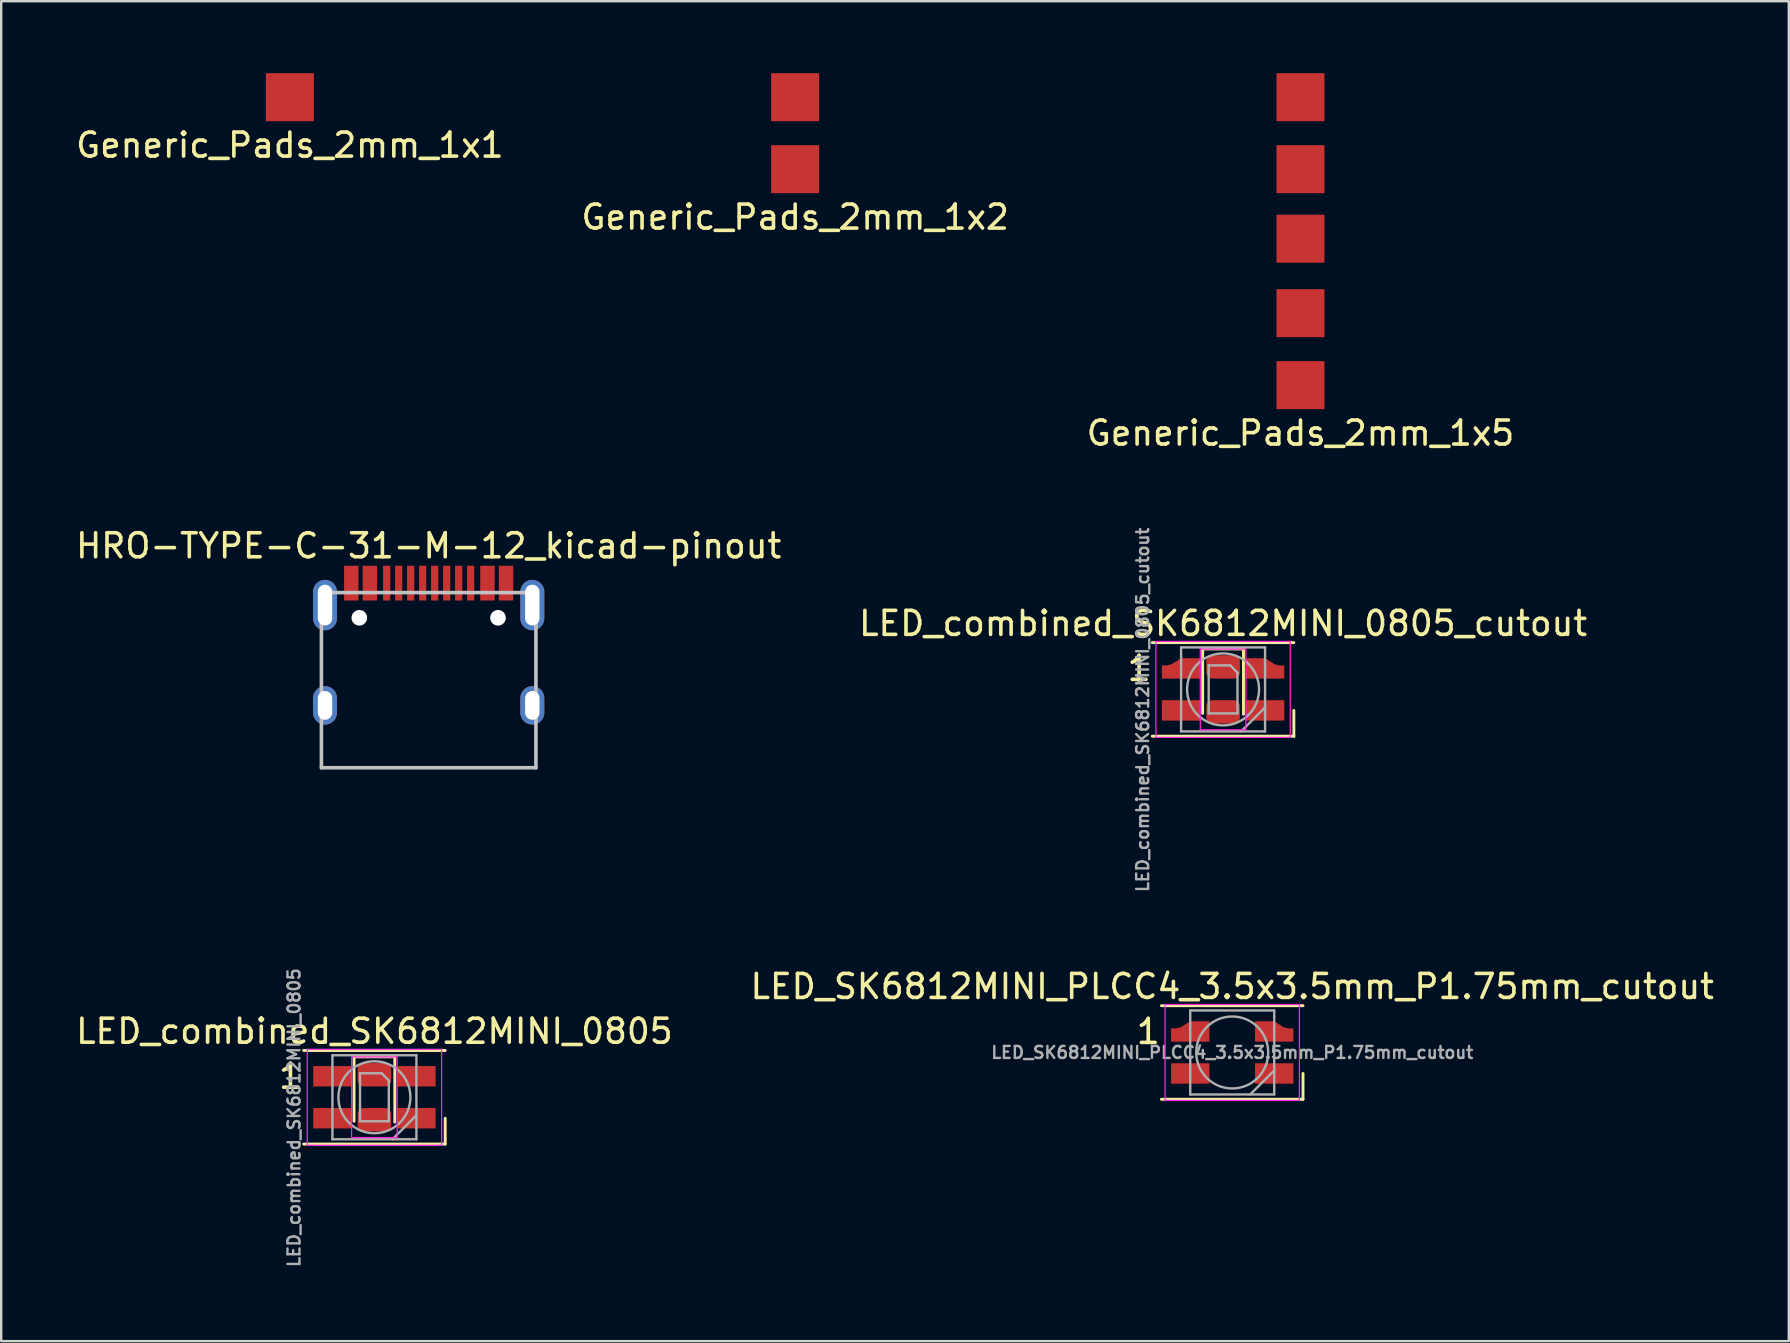
<source format=kicad_pcb>
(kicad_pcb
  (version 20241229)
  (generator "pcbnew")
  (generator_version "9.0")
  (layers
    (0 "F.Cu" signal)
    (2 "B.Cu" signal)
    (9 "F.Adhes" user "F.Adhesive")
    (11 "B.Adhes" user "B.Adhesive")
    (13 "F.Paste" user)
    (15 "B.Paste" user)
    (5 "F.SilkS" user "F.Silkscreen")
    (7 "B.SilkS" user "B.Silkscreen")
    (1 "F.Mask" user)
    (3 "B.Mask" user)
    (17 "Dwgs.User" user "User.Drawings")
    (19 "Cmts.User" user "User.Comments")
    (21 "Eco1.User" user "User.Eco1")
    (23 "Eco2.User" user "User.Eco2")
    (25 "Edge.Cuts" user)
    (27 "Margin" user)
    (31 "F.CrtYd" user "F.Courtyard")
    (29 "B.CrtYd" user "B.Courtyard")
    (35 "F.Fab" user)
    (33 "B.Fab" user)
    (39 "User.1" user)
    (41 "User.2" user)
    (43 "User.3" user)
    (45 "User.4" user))
  (footprint "HRO-TYPE-C-31-M-12_kicad-pinout"
    (layer "F.Cu")
    (at 14.815 28.947)
    (property "Reference" "HRO-TYPE-C-31-M-12_kicad-pinout" (at 0 -9.25 0) (layer "F.SilkS") (effects (font (size 1 1) (thickness 0.15))))
    (attr smd)
    (fp_line (start -4.47 -7.3) (end 4.47 -7.3) (stroke (width 0.15) (type solid)) (layer "Dwgs.User"))
    (fp_line (start -4.47 0) (end -4.47 -7.3) (stroke (width 0.15) (type solid)) (layer "Dwgs.User"))
    (fp_line (start -4.47 0) (end 4.47 0) (stroke (width 0.15) (type solid)) (layer "Dwgs.User"))
    (fp_line (start 4.47 0) (end 4.47 -7.3) (stroke (width 0.15) (type solid)) (layer "Dwgs.User"))
    (pad "" np_thru_hole circle (at -2.89 -6.25) (size 0.65 0.65) (drill 0.65) (layers "*.Cu" "*.Mask"))
    (pad "" np_thru_hole circle (at 2.89 -6.25) (size 0.65 0.65) (drill 0.65) (layers "*.Cu" "*.Mask"))
    (pad "A1" smd rect (at 3.225 -7.695) (size 0.6 1.45) (layers "F.Cu" "F.Mask" "F.Paste"))
    (pad "A4" smd rect (at 2.45 -7.695) (size 0.6 1.45) (layers "F.Cu" "F.Mask" "F.Paste"))
    (pad "A5" smd rect (at 1.25 -7.695) (size 0.3 1.45) (layers "F.Cu" "F.Mask" "F.Paste"))
    (pad "A6" smd rect (at 0.25 -7.695) (size 0.3 1.45) (layers "F.Cu" "F.Mask" "F.Paste"))
    (pad "A7" smd rect (at -0.25 -7.695) (size 0.3 1.45) (layers "F.Cu" "F.Mask" "F.Paste"))
    (pad "A8" smd rect (at -1.25 -7.695) (size 0.3 1.45) (layers "F.Cu" "F.Mask" "F.Paste"))
    (pad "A9" smd rect (at -2.45 -7.695) (size 0.6 1.45) (layers "F.Cu" "F.Mask" "F.Paste"))
    (pad "A12" smd rect (at -3.225 -7.695) (size 0.6 1.45) (layers "F.Cu" "F.Mask" "F.Paste"))
    (pad "B5" smd rect (at -1.75 -7.695) (size 0.3 1.45) (layers "F.Cu" "F.Mask" "F.Paste"))
    (pad "B6" smd rect (at -0.75 -7.695) (size 0.3 1.45) (layers "F.Cu" "F.Mask" "F.Paste"))
    (pad "B7" smd rect (at 0.75 -7.695) (size 0.3 1.45) (layers "F.Cu" "F.Mask" "F.Paste"))
    (pad "B8" smd rect (at 1.75 -7.695) (size 0.3 1.45) (layers "F.Cu" "F.Mask" "F.Paste"))
    (pad "S1" thru_hole oval (at -4.32 -6.78) (size 1 2.1) (drill oval 0.6 1.7) (layers "*.Cu" "B.Mask"))
    (pad "S1" thru_hole oval (at -4.32 -2.6) (size 1 1.6) (drill oval 0.6 1.2) (layers "*.Cu" "B.Mask"))
    (pad "S1" thru_hole oval (at 4.32 -6.78) (size 1 2.1) (drill oval 0.6 1.7) (layers "*.Cu" "B.Mask"))
    (pad "S1" thru_hole oval (at 4.32 -2.6) (size 1 1.6) (drill oval 0.6 1.2) (layers "*.Cu" "B.Mask")))
  (footprint "LED_combined_SK6812MINI_0805"
    (layer "F.Cu")
    (at 12.554 42.679)
    (property "Reference" "LED_combined_SK6812MINI_0805" (at 0 -2.75 0) (layer "F.SilkS") (effects (font (size 1 1) (thickness 0.15))))
    (attr smd)
    (fp_line (start -2.95 -1.95) (end 2.95 -1.95) (stroke (width 0.12) (type solid)) (layer "F.SilkS"))
    (fp_line (start -2.95 1.95) (end 2.95 1.95) (stroke (width 0.12) (type solid)) (layer "F.SilkS"))
    (fp_line (start -0.85 -1.685) (end -0.85 1) (stroke (width 0.12) (type solid)) (layer "F.SilkS"))
    (fp_line (start 0.85 -1.685) (end -0.85 -1.685) (stroke (width 0.12) (type solid)) (layer "F.SilkS"))
    (fp_line (start 0.85 1.035) (end 0.85 -1.65) (stroke (width 0.12) (type solid)) (layer "F.SilkS"))
    (fp_line (start 2.95 1.95) (end 2.95 0.875) (stroke (width 0.12) (type solid)) (layer "F.SilkS"))
    (fp_line (start -2.8 -2) (end -2.8 2) (stroke (width 0.05) (type solid)) (layer "F.CrtYd"))
    (fp_line (start -2.8 2) (end 2.8 2) (stroke (width 0.05) (type solid)) (layer "F.CrtYd"))
    (fp_line (start -0.95 -1.68) (end 0.95 -1.68) (stroke (width 0.05) (type solid)) (layer "F.CrtYd"))
    (fp_line (start -0.95 1.68) (end -0.95 -1.68) (stroke (width 0.05) (type solid)) (layer "F.CrtYd"))
    (fp_line (start 0.95 -1.68) (end 0.95 1.68) (stroke (width 0.05) (type solid)) (layer "F.CrtYd"))
    (fp_line (start 0.95 1.68) (end -0.95 1.68) (stroke (width 0.05) (type solid)) (layer "F.CrtYd"))
    (fp_line (start 2.8 -2) (end -2.8 -2) (stroke (width 0.05) (type solid)) (layer "F.CrtYd"))
    (fp_line (start 2.8 2) (end 2.8 -2) (stroke (width 0.05) (type solid)) (layer "F.CrtYd"))
    (fp_line (start -1.75 -1.75) (end -1.75 1.75) (stroke (width 0.1) (type solid)) (layer "F.Fab"))
    (fp_line (start -1.75 1.75) (end 1.75 1.75) (stroke (width 0.1) (type solid)) (layer "F.Fab"))
    (fp_line (start -0.6 -1) (end -0.6 1) (stroke (width 0.1) (type solid)) (layer "F.Fab"))
    (fp_line (start -0.6 1) (end 0.6 1) (stroke (width 0.1) (type solid)) (layer "F.Fab"))
    (fp_line (start 0.3 -1) (end -0.6 -1) (stroke (width 0.1) (type solid)) (layer "F.Fab"))
    (fp_line (start 0.6 -0.7) (end 0.3 -1) (stroke (width 0.1) (type solid)) (layer "F.Fab"))
    (fp_line (start 0.6 1) (end 0.6 -0.7) (stroke (width 0.1) (type solid)) (layer "F.Fab"))
    (fp_line (start 1.75 -1.75) (end -1.75 -1.75) (stroke (width 0.1) (type solid)) (layer "F.Fab"))
    (fp_line (start 1.75 0.75) (end 0.75 1.75) (stroke (width 0.1) (type solid)) (layer "F.Fab"))
    (fp_line (start 1.75 1.75) (end 1.75 -1.75) (stroke (width 0.1) (type solid)) (layer "F.Fab"))
    (fp_circle (center 0 0) (end 0 -1.5) (stroke (width 0.1) (type solid)) (fill no) (layer "F.Fab"))
    (fp_text user "1" (at -3.5 -0.875 0) (layer "F.SilkS") (effects (font (size 1 1) (thickness 0.15))))
    (fp_text user "${REFERENCE}" (at -3.35 0.85 90) (layer "F.Fab") (effects (font (size 0.5 0.5) (thickness 0.1))))
    (pad "1" smd rect (at -1.75 -0.875) (size 1.6 0.85) (layers "F.Cu" "F.Mask" "F.Paste"))
    (pad "2" smd rect (at -1.75 0.875) (size 1.6 0.85) (layers "F.Cu" "F.Mask" "F.Paste"))
    (pad "3" smd rect (at 1.75 0.875) (size 1.6 0.85) (layers "F.Cu" "F.Mask" "F.Paste"))
    (pad "4" smd rect (at 1.75 -0.875) (size 1.6 0.85) (layers "F.Cu" "F.Mask" "F.Paste"))
    (pad "5" smd roundrect (at 0 -0.938 270) (size 0.975 1.4) (layers "F.Cu" "F.Mask" "F.Paste") (roundrect_rratio 0.25))
    (pad "6" smd roundrect (at 0 0.938 270) (size 0.975 1.4) (layers "F.Cu" "F.Mask" "F.Paste") (roundrect_rratio 0.25)))
  (footprint "Generic_Pads_2mm_1x2"
    (layer "F.Cu")
    (at 30.089 1)
    (property "Reference" "Generic_Pads_2mm_1x2" (at 0 5 0) (layer "F.SilkS") (effects (font (size 1 1) (thickness 0.15))))
    (attr through_hole)
    (pad "1" smd rect (at 0 0) (size 2 2) (layers "F.Cu" "F.Mask" "F.Paste"))
    (pad "2" smd rect (at 0 3) (size 2 2) (layers "F.Cu" "F.Mask" "F.Paste")))
  (footprint "LED_SK6812MINI_PLCC4_3.5x3.5mm_P1.75mm_cutout"
    (layer "F.Cu")
    (at 48.304 40.813)
    (property "Reference" "LED_SK6812MINI_PLCC4_3.5x3.5mm_P1.75mm_cutout" (at 0 -2.75 0) (layer "F.SilkS") (effects (font (size 1 1) (thickness 0.15))))
    (attr smd)
    (fp_line (start -2.95 -1.95) (end 2.95 -1.95) (stroke (width 0.12) (type solid)) (layer "F.SilkS"))
    (fp_line (start -2.95 1.95) (end 2.95 1.95) (stroke (width 0.12) (type solid)) (layer "F.SilkS"))
    (fp_line (start 2.95 1.95) (end 2.95 0.875) (stroke (width 0.12) (type solid)) (layer "F.SilkS"))
    (fp_line (start -2.8 -2) (end -2.8 2) (stroke (width 0.05) (type solid)) (layer "F.CrtYd"))
    (fp_line (start -2.8 2) (end 2.8 2) (stroke (width 0.05) (type solid)) (layer "F.CrtYd"))
    (fp_line (start 2.8 -2) (end -2.8 -2) (stroke (width 0.05) (type solid)) (layer "F.CrtYd"))
    (fp_line (start 2.8 2) (end 2.8 -2) (stroke (width 0.05) (type solid)) (layer "F.CrtYd"))
    (fp_line (start -1.75 -1.75) (end -1.75 1.75) (stroke (width 0.1) (type solid)) (layer "F.Fab"))
    (fp_line (start -1.75 1.75) (end 1.75 1.75) (stroke (width 0.1) (type solid)) (layer "F.Fab"))
    (fp_line (start 1.75 -1.75) (end -1.75 -1.75) (stroke (width 0.1) (type solid)) (layer "F.Fab"))
    (fp_line (start 1.75 0.75) (end 0.75 1.75) (stroke (width 0.1) (type solid)) (layer "F.Fab"))
    (fp_line (start 1.75 1.75) (end 1.75 -1.75) (stroke (width 0.1) (type solid)) (layer "F.Fab"))
    (fp_circle (center 0 0) (end 0 -1.5) (stroke (width 0.1) (type solid)) (fill no) (layer "F.Fab"))
    (fp_text user "1" (at -3.5 -0.875 0) (layer "F.SilkS") (effects (font (size 1 1) (thickness 0.15))))
    (fp_text user "${REFERENCE}" (at 0 0 0) (layer "F.Fab") (effects (font (size 0.5 0.5) (thickness 0.1))))
    (pad "1" smd custom (at -1.75 -0.875) (size 0.6 0.6) (layers "F.Cu" "F.Mask" "F.Paste") (options (anchor circle)) (primitives (gr_poly (pts (xy 0.8 0.425) (xy 0.8 -0.425) (xy 0 -0.425) (xy -0.4 -0.175) (xy -0.6 -0.125) (xy -0.8 -0.125) (xy -0.8 0.425)) (width 0) (fill yes))))
    (pad "2" smd rect (at -1.75 0.875) (size 1.6 0.85) (layers "F.Cu" "F.Mask" "F.Paste"))
    (pad "3" smd rect (at 1.75 0.875) (size 1.6 0.85) (layers "F.Cu" "F.Mask" "F.Paste"))
    (pad "4" smd custom (at 1.75 -0.875) (size 0.6 0.6) (layers "F.Cu" "F.Mask" "F.Paste") (options (anchor circle)) (primitives (gr_poly (pts (xy -0.8 0.425) (xy -0.8 -0.425) (xy 0 -0.425) (xy 0.4 -0.175) (xy 0.6 -0.125) (xy 0.8 -0.125) (xy 0.8 0.425)) (width 0) (fill yes)))))
  (footprint "Generic_Pads_2mm_1x5"
    (layer "F.Cu")
    (at 51.149 1)
    (property "Reference" "Generic_Pads_2mm_1x5" (at 0 14 0) (layer "F.SilkS") (effects (font (size 1 1) (thickness 0.15))))
    (attr through_hole)
    (pad "1" smd rect (at 0 0) (size 2 2) (layers "F.Cu" "F.Mask" "F.Paste"))
    (pad "2" smd rect (at 0 3) (size 2 2) (layers "F.Cu" "F.Mask" "F.Paste"))
    (pad "3" smd rect (at 0 5.9) (size 2 2) (layers "F.Cu" "F.Mask" "F.Paste"))
    (pad "4" smd rect (at 0 9) (size 2 2) (layers "F.Cu" "F.Mask" "F.Paste"))
    (pad "5" smd rect (at 0 12) (size 2 2) (layers "F.Cu" "F.Mask" "F.Paste")))
  (footprint "Generic_Pads_2mm_1x1"
    (layer "F.Cu")
    (at 9.03 1)
    (property "Reference" "Generic_Pads_2mm_1x1" (at 0 2 0) (layer "F.SilkS") (effects (font (size 1 1) (thickness 0.15))))
    (attr through_hole)
    (pad "1" smd rect (at 0 0) (size 2 2) (layers "F.Cu" "F.Mask" "F.Paste")))
  (footprint "LED_combined_SK6812MINI_0805_cutout"
    (layer "F.Cu")
    (at 47.923 25.682)
    (property "Reference" "LED_combined_SK6812MINI_0805_cutout" (at 0 -2.75 0) (layer "F.SilkS") (effects (font (size 1 1) (thickness 0.15))))
    (attr smd)
    (fp_line (start -2.95 -1.95) (end 2.95 -1.95) (stroke (width 0.12) (type solid)) (layer "F.SilkS"))
    (fp_line (start -2.95 1.95) (end 2.95 1.95) (stroke (width 0.12) (type solid)) (layer "F.SilkS"))
    (fp_line (start -0.85 -1.685) (end -0.85 1) (stroke (width 0.12) (type solid)) (layer "F.SilkS"))
    (fp_line (start 0.85 -1.685) (end -0.85 -1.685) (stroke (width 0.12) (type solid)) (layer "F.SilkS"))
    (fp_line (start 0.85 1.035) (end 0.85 -1.65) (stroke (width 0.12) (type solid)) (layer "F.SilkS"))
    (fp_line (start 2.95 1.95) (end 2.95 0.875) (stroke (width 0.12) (type solid)) (layer "F.SilkS"))
    (fp_line (start -2.8 -2) (end -2.8 2) (stroke (width 0.05) (type solid)) (layer "F.CrtYd"))
    (fp_line (start -2.8 2) (end 2.8 2) (stroke (width 0.05) (type solid)) (layer "F.CrtYd"))
    (fp_line (start -0.95 -1.68) (end 0.95 -1.68) (stroke (width 0.05) (type solid)) (layer "F.CrtYd"))
    (fp_line (start -0.95 1.68) (end -0.95 -1.68) (stroke (width 0.05) (type solid)) (layer "F.CrtYd"))
    (fp_line (start 0.95 -1.68) (end 0.95 1.68) (stroke (width 0.05) (type solid)) (layer "F.CrtYd"))
    (fp_line (start 0.95 1.68) (end -0.95 1.68) (stroke (width 0.05) (type solid)) (layer "F.CrtYd"))
    (fp_line (start 2.8 -2) (end -2.8 -2) (stroke (width 0.05) (type solid)) (layer "F.CrtYd"))
    (fp_line (start 2.8 2) (end 2.8 -2) (stroke (width 0.05) (type solid)) (layer "F.CrtYd"))
    (fp_line (start -1.75 -1.75) (end -1.75 1.75) (stroke (width 0.1) (type solid)) (layer "F.Fab"))
    (fp_line (start -1.75 1.75) (end 1.75 1.75) (stroke (width 0.1) (type solid)) (layer "F.Fab"))
    (fp_line (start -0.6 -1) (end -0.6 1) (stroke (width 0.1) (type solid)) (layer "F.Fab"))
    (fp_line (start -0.6 1) (end 0.6 1) (stroke (width 0.1) (type solid)) (layer "F.Fab"))
    (fp_line (start 0.3 -1) (end -0.6 -1) (stroke (width 0.1) (type solid)) (layer "F.Fab"))
    (fp_line (start 0.6 -0.7) (end 0.3 -1) (stroke (width 0.1) (type solid)) (layer "F.Fab"))
    (fp_line (start 0.6 1) (end 0.6 -0.7) (stroke (width 0.1) (type solid)) (layer "F.Fab"))
    (fp_line (start 1.75 -1.75) (end -1.75 -1.75) (stroke (width 0.1) (type solid)) (layer "F.Fab"))
    (fp_line (start 1.75 0.75) (end 0.75 1.75) (stroke (width 0.1) (type solid)) (layer "F.Fab"))
    (fp_line (start 1.75 1.75) (end 1.75 -1.75) (stroke (width 0.1) (type solid)) (layer "F.Fab"))
    (fp_circle (center 0 0) (end 0 -1.5) (stroke (width 0.1) (type solid)) (fill no) (layer "F.Fab"))
    (fp_text user "1" (at -3.5 -0.875 0) (layer "F.SilkS") (effects (font (size 1 1) (thickness 0.15))))
    (fp_text user "${REFERENCE}" (at -3.35 0.85 90) (layer "F.Fab") (effects (font (size 0.5 0.5) (thickness 0.1))))
    (pad "1" smd custom (at -1.75 -0.875) (size 0.6 0.6) (layers "F.Cu" "F.Mask" "F.Paste") (options (anchor circle)) (primitives (gr_poly (pts (xy 0.8 0.425) (xy 0.8 -0.425) (xy 0 -0.425) (xy -0.4 -0.175) (xy -0.6 -0.125) (xy -0.8 -0.125) (xy -0.8 0.425)) (width 0) (fill yes))))
    (pad "2" smd rect (at -1.75 0.875) (size 1.6 0.85) (layers "F.Cu" "F.Mask" "F.Paste"))
    (pad "3" smd rect (at 1.75 0.875) (size 1.6 0.85) (layers "F.Cu" "F.Mask" "F.Paste"))
    (pad "4" smd custom (at 1.75 -0.875) (size 0.6 0.6) (layers "F.Cu" "F.Mask" "F.Paste") (options (anchor circle)) (primitives (gr_poly (pts (xy -0.8 0.425) (xy -0.8 -0.425) (xy 0 -0.425) (xy 0.4 -0.175) (xy 0.6 -0.125) (xy 0.8 -0.125) (xy 0.8 0.425)) (width 0) (fill yes))))
    (pad "5" smd roundrect (at 0 -0.938 270) (size 0.975 1.4) (layers "F.Cu" "F.Mask" "F.Paste") (roundrect_rratio 0.25))
    (pad "6" smd roundrect (at 0 0.938 270) (size 0.975 1.4) (layers "F.Cu" "F.Mask" "F.Paste") (roundrect_rratio 0.25)))
  (gr_rect
    (start -3 -3)
    (end 71.5 52.843)
    (stroke (width 0.1) (type default))
    (fill no)
    (layer "Edge.Cuts")))
</source>
